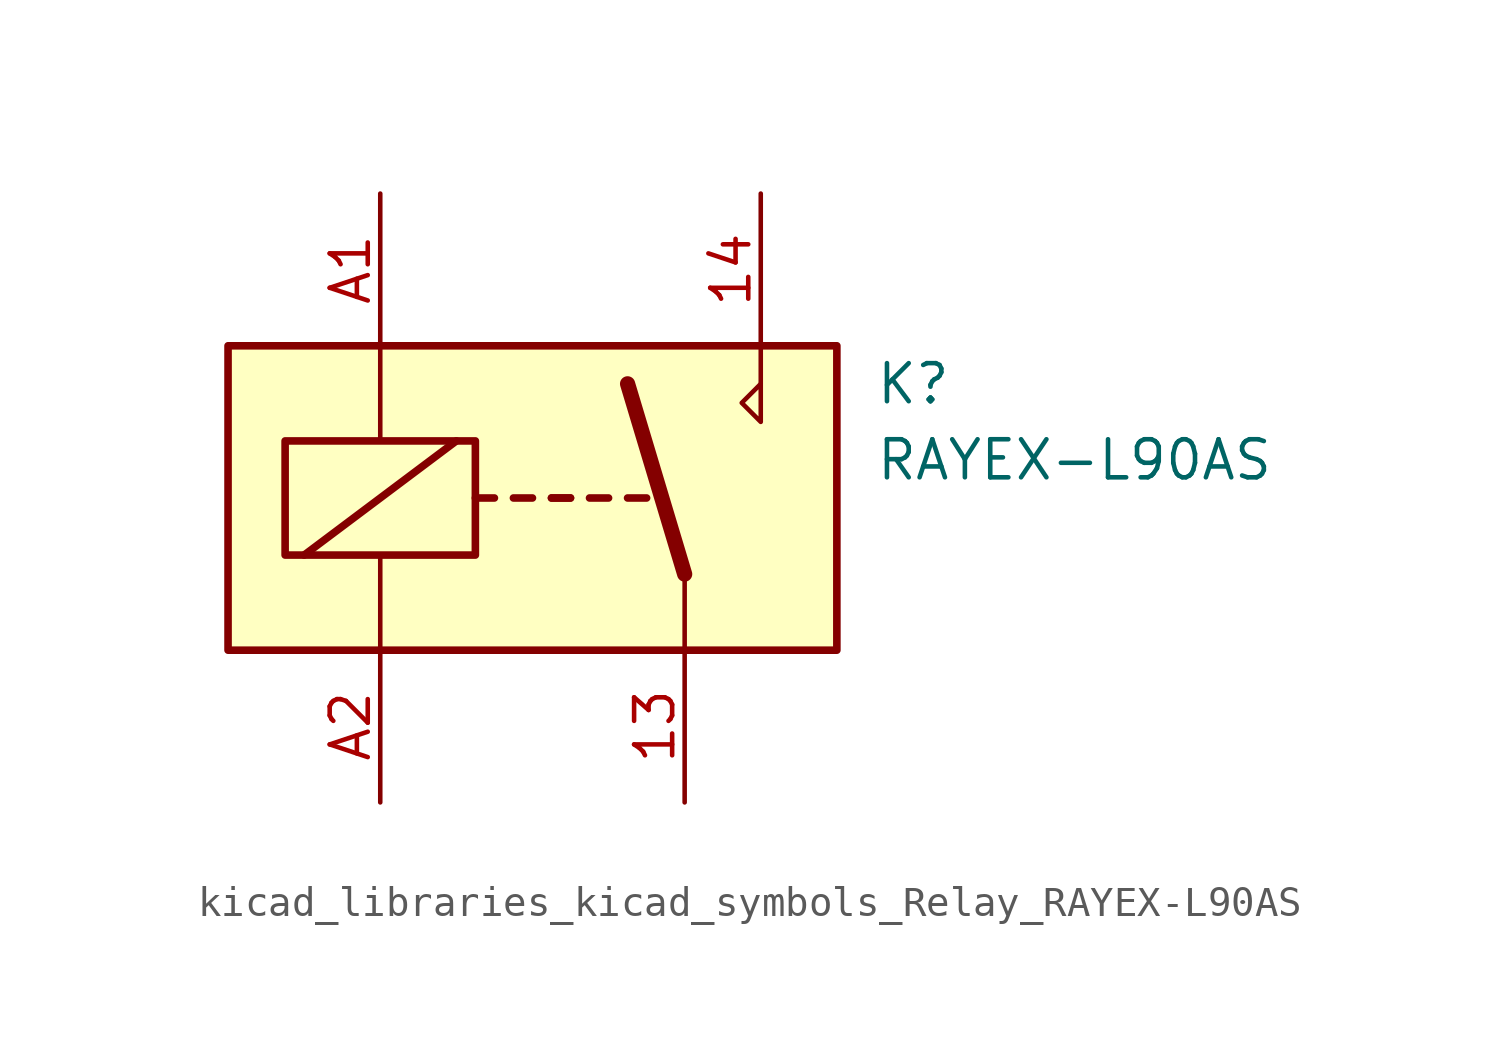
<source format=kicad_sym>
(kicad_symbol_lib
  (version 20220914)
  (generator kicad_symbol_editor)
  (symbol "kicad_libraries_kicad_symbols_Relay_RAYEX-L90AS"
    (property "Reference" "K"
      (at 11.43 3.81 0)
      (effects (font (size 1.27 1.27)) (justify left)))
    (property "Value" "RAYEX-L90AS"
      (at 11.43 1.27 0)
      (effects (font (size 1.27 1.27)) (justify left)))
    (symbol "kicad_libraries_kicad_symbols_Relay_RAYEX-L90AS_1_0"
      (polyline (pts (xy 7.62 3.81) (xy 7.62 5.08)) (stroke (width 0) (type default)) (fill (type none)))
      (polyline (pts (xy 7.62 3.81) (xy 7.62 2.54) (xy 6.985 3.175) (xy 7.62 3.81)) (stroke (width 0) (type default)) (fill (type none))))
    (symbol "kicad_libraries_kicad_symbols_Relay_RAYEX-L90AS_1_1"
      (rectangle (start -10.16 5.08) (end 10.16 -5.08) (stroke (width 0.254) (type default)) (fill (type background)))
      (rectangle (start -8.255 1.905) (end -1.905 -1.905) (stroke (width 0.254) (type default)) (fill (type none)))
      (polyline (pts (xy -7.62 -1.905) (xy -2.54 1.905)) (stroke (width 0.254) (type default)) (fill (type none)))
      (polyline (pts (xy -5.08 -5.08) (xy -5.08 -1.905)) (stroke (width 0) (type default)) (fill (type none)))
      (polyline (pts (xy -5.08 5.08) (xy -5.08 1.905)) (stroke (width 0) (type default)) (fill (type none)))
      (polyline (pts (xy -1.905 0) (xy -1.27 0)) (stroke (width 0.254) (type default)) (fill (type none)))
      (polyline (pts (xy -0.635 0) (xy 0 0)) (stroke (width 0.254) (type default)) (fill (type none)))
      (polyline (pts (xy 0.635 0) (xy 1.27 0)) (stroke (width 0.254) (type default)) (fill (type none)))
      (polyline (pts (xy 0.635 0) (xy 1.27 0)) (stroke (width 0.254) (type default)) (fill (type none)))
      (polyline (pts (xy 1.905 0) (xy 2.54 0)) (stroke (width 0.254) (type default)) (fill (type none)))
      (polyline (pts (xy 3.175 0) (xy 3.81 0)) (stroke (width 0.254) (type default)) (fill (type none)))
      (polyline (pts (xy 5.08 -2.54) (xy 3.175 3.81)) (stroke (width 0.508) (type default)) (fill (type none)))
      (polyline (pts (xy 5.08 -2.54) (xy 5.08 -5.08)) (stroke (width 0) (type default)) (fill (type none)))
      (pin passive line (at 5.08 -10.16 90) (length 5.08) (name "~" (effects (font (size 1.27 1.27)))) (number "13" (effects (font (size 1.27 1.27)))))
      (pin passive line (at 7.62 10.16 270) (length 5.08) (name "~" (effects (font (size 1.27 1.27)))) (number "14" (effects (font (size 1.27 1.27)))))
      (pin passive line (at -5.08 10.16 270) (length 5.08) (name "~" (effects (font (size 1.27 1.27)))) (number "A1" (effects (font (size 1.27 1.27)))))
      (pin passive line (at -5.08 -10.16 90) (length 5.08) (name "~" (effects (font (size 1.27 1.27)))) (number "A2" (effects (font (size 1.27 1.27))))))))
</source>
